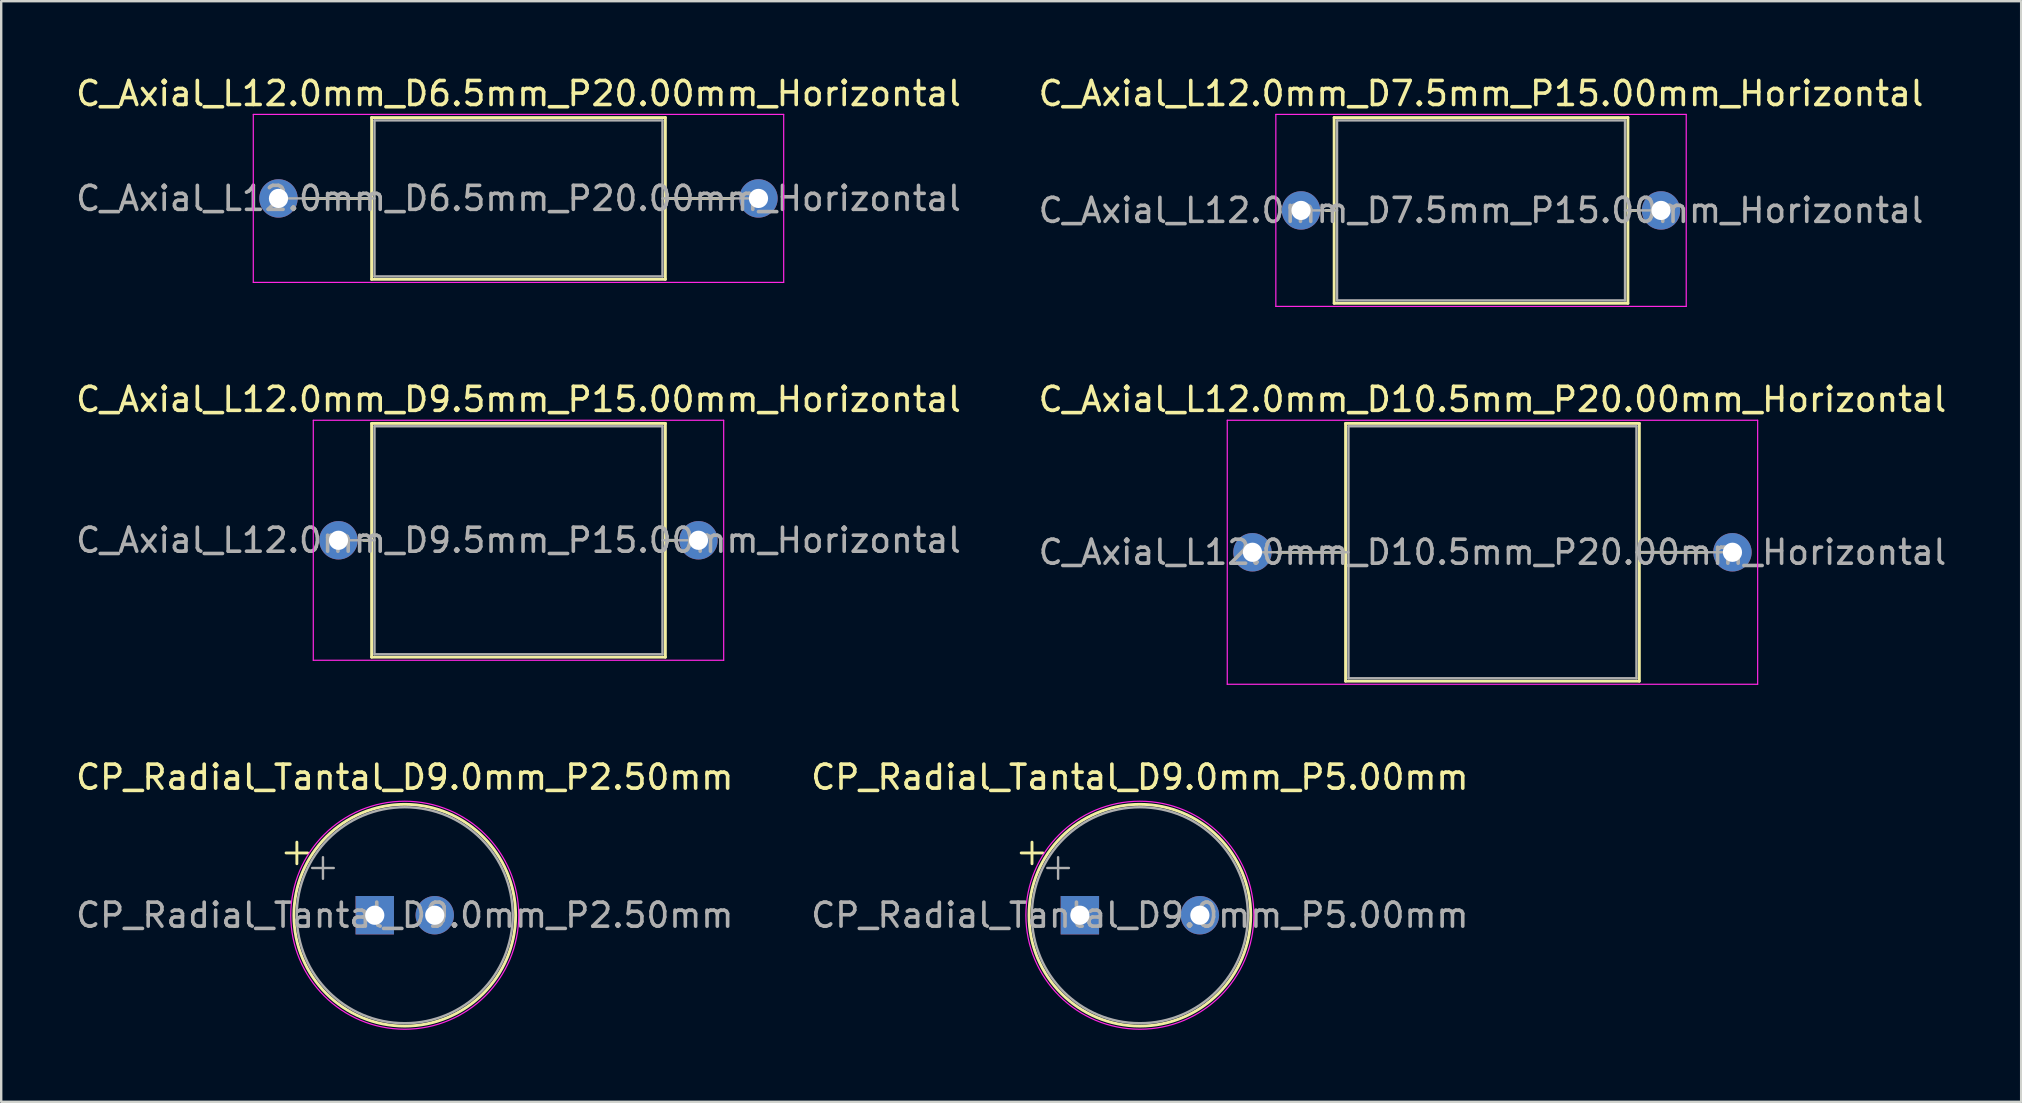
<source format=kicad_pcb>
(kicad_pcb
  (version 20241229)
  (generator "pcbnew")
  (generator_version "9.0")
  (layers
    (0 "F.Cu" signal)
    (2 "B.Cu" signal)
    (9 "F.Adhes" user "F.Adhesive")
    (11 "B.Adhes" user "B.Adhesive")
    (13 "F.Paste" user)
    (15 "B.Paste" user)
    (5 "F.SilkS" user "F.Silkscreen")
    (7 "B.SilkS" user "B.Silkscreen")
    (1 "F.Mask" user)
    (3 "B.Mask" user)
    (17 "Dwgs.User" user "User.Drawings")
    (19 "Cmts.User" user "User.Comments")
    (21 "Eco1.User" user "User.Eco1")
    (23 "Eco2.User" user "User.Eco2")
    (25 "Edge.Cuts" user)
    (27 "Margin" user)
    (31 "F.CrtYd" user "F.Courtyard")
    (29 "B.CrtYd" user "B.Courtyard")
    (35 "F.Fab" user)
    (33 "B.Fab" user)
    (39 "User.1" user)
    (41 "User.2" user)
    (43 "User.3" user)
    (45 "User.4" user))
  (footprint "CP_Radial_Tantal_D9.0mm_P2.50mm"
    (layer "F.Cu")
    (at 12.565 35.085)
    (property "Reference" "CP_Radial_Tantal_D9.0mm_P2.50mm" (at 1.25 -5.75 0) (layer "F.SilkS") (effects (font (size 1 1) (thickness 0.15))))
    (attr through_hole)
    (fp_line (start -3.695 -2.595) (end -2.795 -2.595) (stroke (width 0.12) (type solid)) (layer "F.SilkS"))
    (fp_line (start -3.245 -3.045) (end -3.245 -2.145) (stroke (width 0.12) (type solid)) (layer "F.SilkS"))
    (fp_circle (center 1.25 0) (end 5.87 0) (stroke (width 0.12) (type solid)) (fill no) (layer "F.SilkS"))
    (fp_circle (center 1.25 0) (end 6 0) (stroke (width 0.05) (type solid)) (fill no) (layer "F.CrtYd"))
    (fp_line (start -2.608 -1.968) (end -1.708 -1.968) (stroke (width 0.1) (type solid)) (layer "F.Fab"))
    (fp_line (start -2.158 -2.417) (end -2.158 -1.518) (stroke (width 0.1) (type solid)) (layer "F.Fab"))
    (fp_circle (center 1.25 0) (end 5.75 0) (stroke (width 0.1) (type solid)) (fill no) (layer "F.Fab"))
    (fp_text user "${REFERENCE}" (at 1.25 0 0) (layer "F.Fab") (effects (font (size 1 1) (thickness 0.15))))
    (pad "1" thru_hole rect (at 0 0) (size 1.6 1.6) (drill 0.8) (layers "*.Cu" "*.Mask"))
    (pad "2" thru_hole circle (at 2.5 0) (size 1.6 1.6) (drill 0.8) (layers "*.Cu" "*.Mask")))
  (footprint "CP_Radial_Tantal_D9.0mm_P5.00mm"
    (layer "F.Cu")
    (at 41.946 35.085)
    (property "Reference" "CP_Radial_Tantal_D9.0mm_P5.00mm" (at 2.5 -5.75 0) (layer "F.SilkS") (effects (font (size 1 1) (thickness 0.15))))
    (attr through_hole)
    (fp_line (start -2.445 -2.595) (end -1.545 -2.595) (stroke (width 0.12) (type solid)) (layer "F.SilkS"))
    (fp_line (start -1.995 -3.045) (end -1.995 -2.145) (stroke (width 0.12) (type solid)) (layer "F.SilkS"))
    (fp_circle (center 2.5 0) (end 7.12 0) (stroke (width 0.12) (type solid)) (fill no) (layer "F.SilkS"))
    (fp_circle (center 2.5 0) (end 7.25 0) (stroke (width 0.05) (type solid)) (fill no) (layer "F.CrtYd"))
    (fp_line (start -1.358 -1.968) (end -0.458 -1.968) (stroke (width 0.1) (type solid)) (layer "F.Fab"))
    (fp_line (start -0.908 -2.417) (end -0.908 -1.518) (stroke (width 0.1) (type solid)) (layer "F.Fab"))
    (fp_circle (center 2.5 0) (end 7 0) (stroke (width 0.1) (type solid)) (fill no) (layer "F.Fab"))
    (fp_text user "${REFERENCE}" (at 2.5 0 0) (layer "F.Fab") (effects (font (size 1 1) (thickness 0.15))))
    (pad "1" thru_hole rect (at 0 0) (size 1.6 1.6) (drill 0.8) (layers "*.Cu" "*.Mask"))
    (pad "2" thru_hole circle (at 5 0) (size 1.6 1.6) (drill 0.8) (layers "*.Cu" "*.Mask")))
  (footprint "C_Axial_L12.0mm_D9.5mm_P15.00mm_Horizontal"
    (layer "F.Cu")
    (at 11.054 19.462)
    (property "Reference" "C_Axial_L12.0mm_D9.5mm_P15.00mm_Horizontal" (at 7.5 -5.87 0) (layer "F.SilkS") (effects (font (size 1 1) (thickness 0.15))))
    (attr through_hole)
    (fp_line (start 1.04 0) (end 1.38 0) (stroke (width 0.12) (type solid)) (layer "F.SilkS"))
    (fp_line (start 1.38 -4.87) (end 1.38 4.87) (stroke (width 0.12) (type solid)) (layer "F.SilkS"))
    (fp_line (start 1.38 4.87) (end 13.62 4.87) (stroke (width 0.12) (type solid)) (layer "F.SilkS"))
    (fp_line (start 13.62 -4.87) (end 1.38 -4.87) (stroke (width 0.12) (type solid)) (layer "F.SilkS"))
    (fp_line (start 13.62 4.87) (end 13.62 -4.87) (stroke (width 0.12) (type solid)) (layer "F.SilkS"))
    (fp_line (start 13.96 0) (end 13.62 0) (stroke (width 0.12) (type solid)) (layer "F.SilkS"))
    (fp_line (start -1.05 -5) (end -1.05 5) (stroke (width 0.05) (type solid)) (layer "F.CrtYd"))
    (fp_line (start -1.05 5) (end 16.05 5) (stroke (width 0.05) (type solid)) (layer "F.CrtYd"))
    (fp_line (start 16.05 -5) (end -1.05 -5) (stroke (width 0.05) (type solid)) (layer "F.CrtYd"))
    (fp_line (start 16.05 5) (end 16.05 -5) (stroke (width 0.05) (type solid)) (layer "F.CrtYd"))
    (fp_line (start 0 0) (end 1.5 0) (stroke (width 0.1) (type solid)) (layer "F.Fab"))
    (fp_line (start 1.5 -4.75) (end 1.5 4.75) (stroke (width 0.1) (type solid)) (layer "F.Fab"))
    (fp_line (start 1.5 4.75) (end 13.5 4.75) (stroke (width 0.1) (type solid)) (layer "F.Fab"))
    (fp_line (start 13.5 -4.75) (end 1.5 -4.75) (stroke (width 0.1) (type solid)) (layer "F.Fab"))
    (fp_line (start 13.5 4.75) (end 13.5 -4.75) (stroke (width 0.1) (type solid)) (layer "F.Fab"))
    (fp_line (start 15 0) (end 13.5 0) (stroke (width 0.1) (type solid)) (layer "F.Fab"))
    (fp_text user "${REFERENCE}" (at 7.5 0 0) (layer "F.Fab") (effects (font (size 1 1) (thickness 0.15))))
    (pad "1" thru_hole circle (at 0 0) (size 1.6 1.6) (drill 0.8) (layers "*.Cu" "*.Mask"))
    (pad "2" thru_hole oval (at 15 0) (size 1.6 1.6) (drill 0.8) (layers "*.Cu" "*.Mask")))
  (footprint "C_Axial_L12.0mm_D6.5mm_P20.00mm_Horizontal"
    (layer "F.Cu")
    (at 8.554 5.218)
    (property "Reference" "C_Axial_L12.0mm_D6.5mm_P20.00mm_Horizontal" (at 10 -4.37 0) (layer "F.SilkS") (effects (font (size 1 1) (thickness 0.15))))
    (attr through_hole)
    (fp_line (start 1.04 0) (end 3.88 0) (stroke (width 0.12) (type solid)) (layer "F.SilkS"))
    (fp_line (start 3.88 -3.37) (end 3.88 3.37) (stroke (width 0.12) (type solid)) (layer "F.SilkS"))
    (fp_line (start 3.88 3.37) (end 16.12 3.37) (stroke (width 0.12) (type solid)) (layer "F.SilkS"))
    (fp_line (start 16.12 -3.37) (end 3.88 -3.37) (stroke (width 0.12) (type solid)) (layer "F.SilkS"))
    (fp_line (start 16.12 3.37) (end 16.12 -3.37) (stroke (width 0.12) (type solid)) (layer "F.SilkS"))
    (fp_line (start 18.96 0) (end 16.12 0) (stroke (width 0.12) (type solid)) (layer "F.SilkS"))
    (fp_line (start -1.05 -3.5) (end -1.05 3.5) (stroke (width 0.05) (type solid)) (layer "F.CrtYd"))
    (fp_line (start -1.05 3.5) (end 21.05 3.5) (stroke (width 0.05) (type solid)) (layer "F.CrtYd"))
    (fp_line (start 21.05 -3.5) (end -1.05 -3.5) (stroke (width 0.05) (type solid)) (layer "F.CrtYd"))
    (fp_line (start 21.05 3.5) (end 21.05 -3.5) (stroke (width 0.05) (type solid)) (layer "F.CrtYd"))
    (fp_line (start 0 0) (end 4 0) (stroke (width 0.1) (type solid)) (layer "F.Fab"))
    (fp_line (start 4 -3.25) (end 4 3.25) (stroke (width 0.1) (type solid)) (layer "F.Fab"))
    (fp_line (start 4 3.25) (end 16 3.25) (stroke (width 0.1) (type solid)) (layer "F.Fab"))
    (fp_line (start 16 -3.25) (end 4 -3.25) (stroke (width 0.1) (type solid)) (layer "F.Fab"))
    (fp_line (start 16 3.25) (end 16 -3.25) (stroke (width 0.1) (type solid)) (layer "F.Fab"))
    (fp_line (start 20 0) (end 16 0) (stroke (width 0.1) (type solid)) (layer "F.Fab"))
    (fp_text user "${REFERENCE}" (at 10 0 0) (layer "F.Fab") (effects (font (size 1 1) (thickness 0.15))))
    (pad "1" thru_hole circle (at 0 0) (size 1.6 1.6) (drill 0.8) (layers "*.Cu" "*.Mask"))
    (pad "2" thru_hole oval (at 20 0) (size 1.6 1.6) (drill 0.8) (layers "*.Cu" "*.Mask")))
  (footprint "C_Axial_L12.0mm_D10.5mm_P20.00mm_Horizontal"
    (layer "F.Cu")
    (at 49.137 19.962)
    (property "Reference" "C_Axial_L12.0mm_D10.5mm_P20.00mm_Horizontal" (at 10 -6.37 0) (layer "F.SilkS") (effects (font (size 1 1) (thickness 0.15))))
    (attr through_hole)
    (fp_line (start 1.04 0) (end 3.88 0) (stroke (width 0.12) (type solid)) (layer "F.SilkS"))
    (fp_line (start 3.88 -5.37) (end 3.88 5.37) (stroke (width 0.12) (type solid)) (layer "F.SilkS"))
    (fp_line (start 3.88 5.37) (end 16.12 5.37) (stroke (width 0.12) (type solid)) (layer "F.SilkS"))
    (fp_line (start 16.12 -5.37) (end 3.88 -5.37) (stroke (width 0.12) (type solid)) (layer "F.SilkS"))
    (fp_line (start 16.12 5.37) (end 16.12 -5.37) (stroke (width 0.12) (type solid)) (layer "F.SilkS"))
    (fp_line (start 18.96 0) (end 16.12 0) (stroke (width 0.12) (type solid)) (layer "F.SilkS"))
    (fp_line (start -1.05 -5.5) (end -1.05 5.5) (stroke (width 0.05) (type solid)) (layer "F.CrtYd"))
    (fp_line (start -1.05 5.5) (end 21.05 5.5) (stroke (width 0.05) (type solid)) (layer "F.CrtYd"))
    (fp_line (start 21.05 -5.5) (end -1.05 -5.5) (stroke (width 0.05) (type solid)) (layer "F.CrtYd"))
    (fp_line (start 21.05 5.5) (end 21.05 -5.5) (stroke (width 0.05) (type solid)) (layer "F.CrtYd"))
    (fp_line (start 0 0) (end 4 0) (stroke (width 0.1) (type solid)) (layer "F.Fab"))
    (fp_line (start 4 -5.25) (end 4 5.25) (stroke (width 0.1) (type solid)) (layer "F.Fab"))
    (fp_line (start 4 5.25) (end 16 5.25) (stroke (width 0.1) (type solid)) (layer "F.Fab"))
    (fp_line (start 16 -5.25) (end 4 -5.25) (stroke (width 0.1) (type solid)) (layer "F.Fab"))
    (fp_line (start 16 5.25) (end 16 -5.25) (stroke (width 0.1) (type solid)) (layer "F.Fab"))
    (fp_line (start 20 0) (end 16 0) (stroke (width 0.1) (type solid)) (layer "F.Fab"))
    (fp_text user "${REFERENCE}" (at 10 0 0) (layer "F.Fab") (effects (font (size 1 1) (thickness 0.15))))
    (pad "1" thru_hole circle (at 0 0) (size 1.6 1.6) (drill 0.8) (layers "*.Cu" "*.Mask"))
    (pad "2" thru_hole oval (at 20 0) (size 1.6 1.6) (drill 0.8) (layers "*.Cu" "*.Mask")))
  (footprint "C_Axial_L12.0mm_D7.5mm_P15.00mm_Horizontal"
    (layer "F.Cu")
    (at 51.161 5.718)
    (property "Reference" "C_Axial_L12.0mm_D7.5mm_P15.00mm_Horizontal" (at 7.5 -4.87 0) (layer "F.SilkS") (effects (font (size 1 1) (thickness 0.15))))
    (attr through_hole)
    (fp_line (start 1.04 0) (end 1.38 0) (stroke (width 0.12) (type solid)) (layer "F.SilkS"))
    (fp_line (start 1.38 -3.87) (end 1.38 3.87) (stroke (width 0.12) (type solid)) (layer "F.SilkS"))
    (fp_line (start 1.38 3.87) (end 13.62 3.87) (stroke (width 0.12) (type solid)) (layer "F.SilkS"))
    (fp_line (start 13.62 -3.87) (end 1.38 -3.87) (stroke (width 0.12) (type solid)) (layer "F.SilkS"))
    (fp_line (start 13.62 3.87) (end 13.62 -3.87) (stroke (width 0.12) (type solid)) (layer "F.SilkS"))
    (fp_line (start 13.96 0) (end 13.62 0) (stroke (width 0.12) (type solid)) (layer "F.SilkS"))
    (fp_line (start -1.05 -4) (end -1.05 4) (stroke (width 0.05) (type solid)) (layer "F.CrtYd"))
    (fp_line (start -1.05 4) (end 16.05 4) (stroke (width 0.05) (type solid)) (layer "F.CrtYd"))
    (fp_line (start 16.05 -4) (end -1.05 -4) (stroke (width 0.05) (type solid)) (layer "F.CrtYd"))
    (fp_line (start 16.05 4) (end 16.05 -4) (stroke (width 0.05) (type solid)) (layer "F.CrtYd"))
    (fp_line (start 0 0) (end 1.5 0) (stroke (width 0.1) (type solid)) (layer "F.Fab"))
    (fp_line (start 1.5 -3.75) (end 1.5 3.75) (stroke (width 0.1) (type solid)) (layer "F.Fab"))
    (fp_line (start 1.5 3.75) (end 13.5 3.75) (stroke (width 0.1) (type solid)) (layer "F.Fab"))
    (fp_line (start 13.5 -3.75) (end 1.5 -3.75) (stroke (width 0.1) (type solid)) (layer "F.Fab"))
    (fp_line (start 13.5 3.75) (end 13.5 -3.75) (stroke (width 0.1) (type solid)) (layer "F.Fab"))
    (fp_line (start 15 0) (end 13.5 0) (stroke (width 0.1) (type solid)) (layer "F.Fab"))
    (fp_text user "${REFERENCE}" (at 7.5 0 0) (layer "F.Fab") (effects (font (size 1 1) (thickness 0.15))))
    (pad "1" thru_hole circle (at 0 0) (size 1.6 1.6) (drill 0.8) (layers "*.Cu" "*.Mask"))
    (pad "2" thru_hole oval (at 15 0) (size 1.6 1.6) (drill 0.8) (layers "*.Cu" "*.Mask")))
  (gr_rect
    (start -3 -3)
    (end 81.167 42.86)
    (stroke (width 0.1) (type default))
    (fill no)
    (layer "Edge.Cuts")))
</source>
